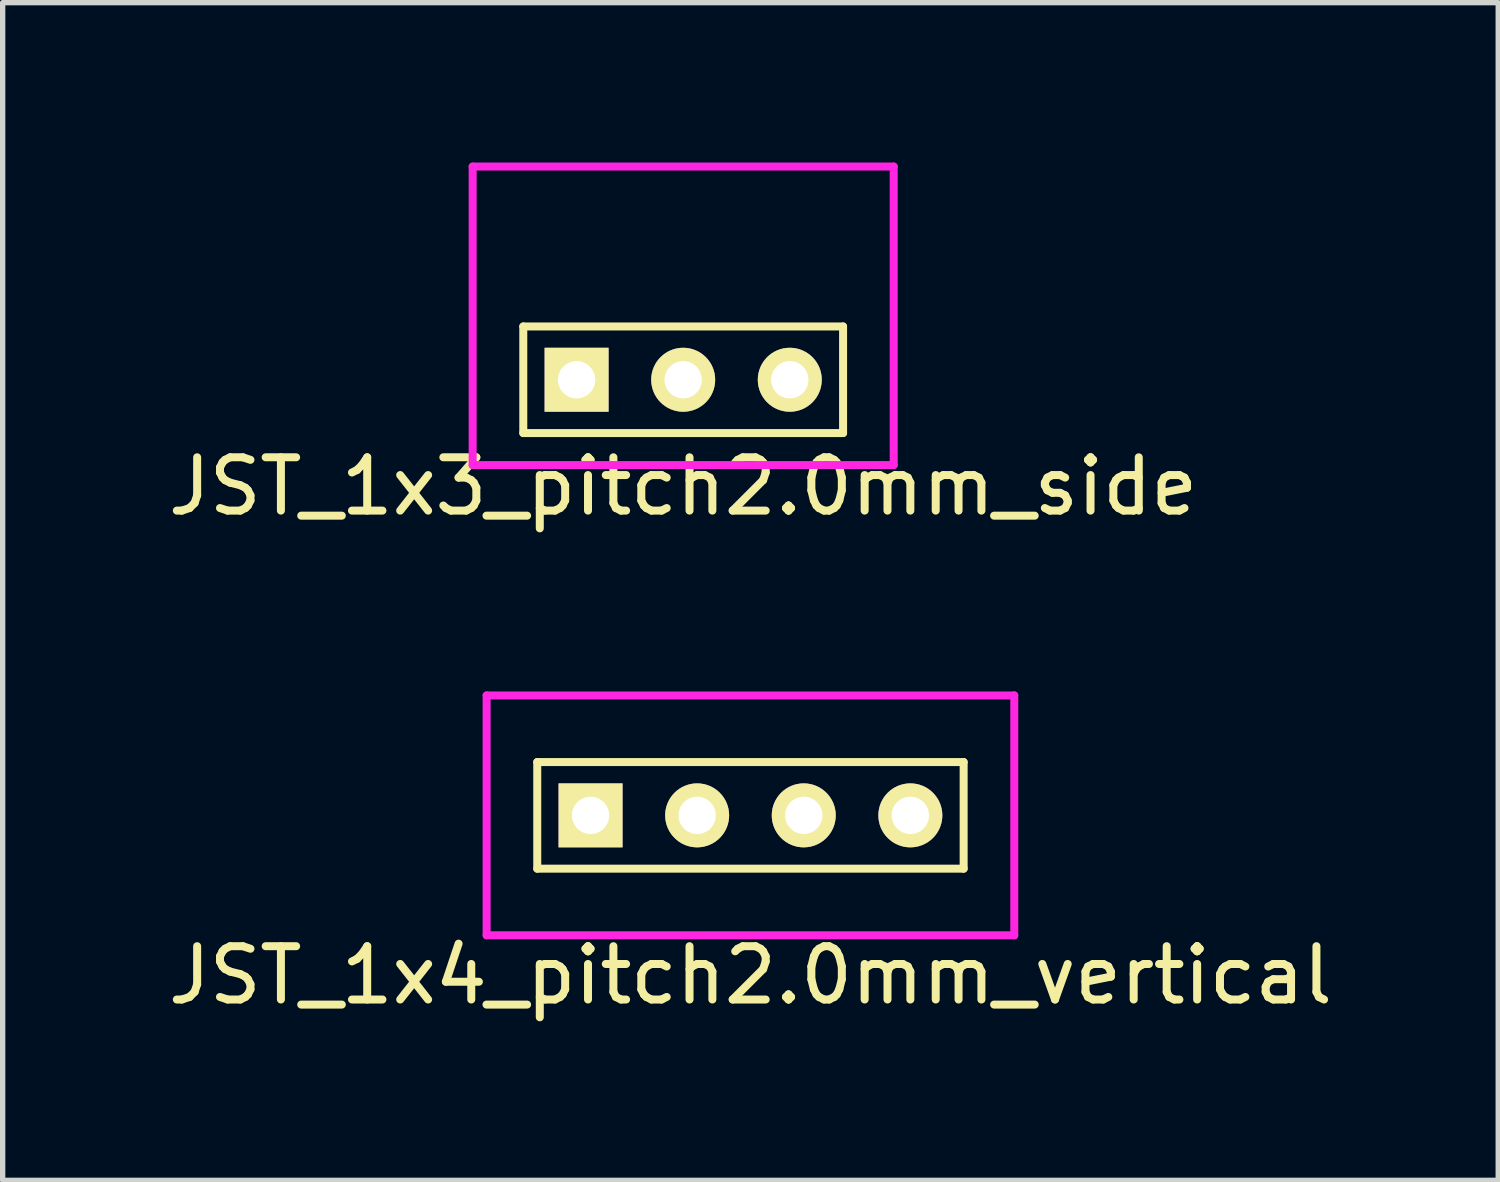
<source format=kicad_pcb>
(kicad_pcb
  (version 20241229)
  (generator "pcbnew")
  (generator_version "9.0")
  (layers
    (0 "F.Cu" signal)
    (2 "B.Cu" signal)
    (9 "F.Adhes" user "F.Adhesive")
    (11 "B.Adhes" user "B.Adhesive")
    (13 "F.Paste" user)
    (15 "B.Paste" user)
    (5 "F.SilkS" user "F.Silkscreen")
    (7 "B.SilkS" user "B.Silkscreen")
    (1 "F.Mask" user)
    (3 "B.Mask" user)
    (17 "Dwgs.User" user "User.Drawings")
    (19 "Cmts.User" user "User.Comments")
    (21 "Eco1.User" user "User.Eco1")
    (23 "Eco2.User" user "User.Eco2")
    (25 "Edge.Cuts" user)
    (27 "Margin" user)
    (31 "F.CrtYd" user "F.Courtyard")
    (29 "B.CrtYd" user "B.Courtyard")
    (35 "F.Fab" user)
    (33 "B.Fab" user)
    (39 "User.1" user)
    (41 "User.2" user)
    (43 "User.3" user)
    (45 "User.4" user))
  (footprint "JST_1x4_pitch2.0mm_vertical"
    (layer "F.Cu")
    (at 11.03 12.248)
    (property "Reference" "JST_1x4_pitch2.0mm_vertical" (at 0 3 0) (layer "F.SilkS") (effects (font (size 1 1) (thickness 0.15))))
    (attr through_hole)
    (fp_line (start -4 -1) (end -4 1) (stroke (width 0.15) (type solid)) (layer "F.SilkS"))
    (fp_line (start -4 1) (end 4 1) (stroke (width 0.15) (type solid)) (layer "F.SilkS"))
    (fp_line (start 4 -1) (end -4 -1) (stroke (width 0.15) (type solid)) (layer "F.SilkS"))
    (fp_line (start 4 1) (end 4 -1) (stroke (width 0.15) (type solid)) (layer "F.SilkS"))
    (fp_line (start -4.95 -2.25) (end -4.95 2.25) (stroke (width 0.15) (type solid)) (layer "F.CrtYd"))
    (fp_line (start -4.95 -2.25) (end 4.95 -2.25) (stroke (width 0.15) (type solid)) (layer "F.CrtYd"))
    (fp_line (start -4.95 2.25) (end 4.95 2.25) (stroke (width 0.15) (type solid)) (layer "F.CrtYd"))
    (fp_line (start 4.95 -2.25) (end 4.95 2.25) (stroke (width 0.15) (type solid)) (layer "F.CrtYd"))
    (pad "1" thru_hole rect (at -3 0) (size 1.2 1.2) (drill 0.7) (layers "*.Cu" "*.Mask" "F.SilkS"))
    (pad "2" thru_hole circle (at -1 0) (size 1.2 1.2) (drill 0.7) (layers "*.Cu" "*.Mask" "F.SilkS"))
    (pad "3" thru_hole circle (at 1 0) (size 1.2 1.2) (drill 0.7) (layers "*.Cu" "*.Mask" "F.SilkS"))
    (pad "4" thru_hole circle (at 3 0) (size 1.2 1.2) (drill 0.7) (layers "*.Cu" "*.Mask" "F.SilkS")))
  (footprint "JST_1x3_pitch2.0mm_side"
    (layer "F.Cu")
    (at 9.768 4.075)
    (property "Reference" "JST_1x3_pitch2.0mm_side" (at 0 2 0) (layer "F.SilkS") (effects (font (size 1 1) (thickness 0.15))))
    (attr through_hole)
    (fp_line (start -3 -1) (end -3 1) (stroke (width 0.15) (type solid)) (layer "F.SilkS"))
    (fp_line (start -3 1) (end 3 1) (stroke (width 0.15) (type solid)) (layer "F.SilkS"))
    (fp_line (start 3 -1) (end -3 -1) (stroke (width 0.15) (type solid)) (layer "F.SilkS"))
    (fp_line (start 3 1) (end 3 -1) (stroke (width 0.15) (type solid)) (layer "F.SilkS"))
    (fp_line (start -3.95 -4) (end 3.95 -4) (stroke (width 0.15) (type solid)) (layer "F.CrtYd"))
    (fp_line (start -3.95 1.6) (end -3.95 -4) (stroke (width 0.15) (type solid)) (layer "F.CrtYd"))
    (fp_line (start -3.95 1.6) (end 3.95 1.6) (stroke (width 0.15) (type solid)) (layer "F.CrtYd"))
    (fp_line (start 3.95 1.6) (end 3.95 -4) (stroke (width 0.15) (type solid)) (layer "F.CrtYd"))
    (pad "1" thru_hole rect (at -2 0) (size 1.2 1.2) (drill 0.7) (layers "*.Cu" "*.Mask" "F.SilkS"))
    (pad "2" thru_hole circle (at 0 0) (size 1.2 1.2) (drill 0.7) (layers "*.Cu" "*.Mask" "F.SilkS"))
    (pad "3" thru_hole circle (at 2 0) (size 1.2 1.2) (drill 0.7) (layers "*.Cu" "*.Mask" "F.SilkS")))
  (gr_rect
    (start -3 -3)
    (end 25.06 19.096)
    (stroke (width 0.1) (type default))
    (fill no)
    (layer "Edge.Cuts")))
</source>
